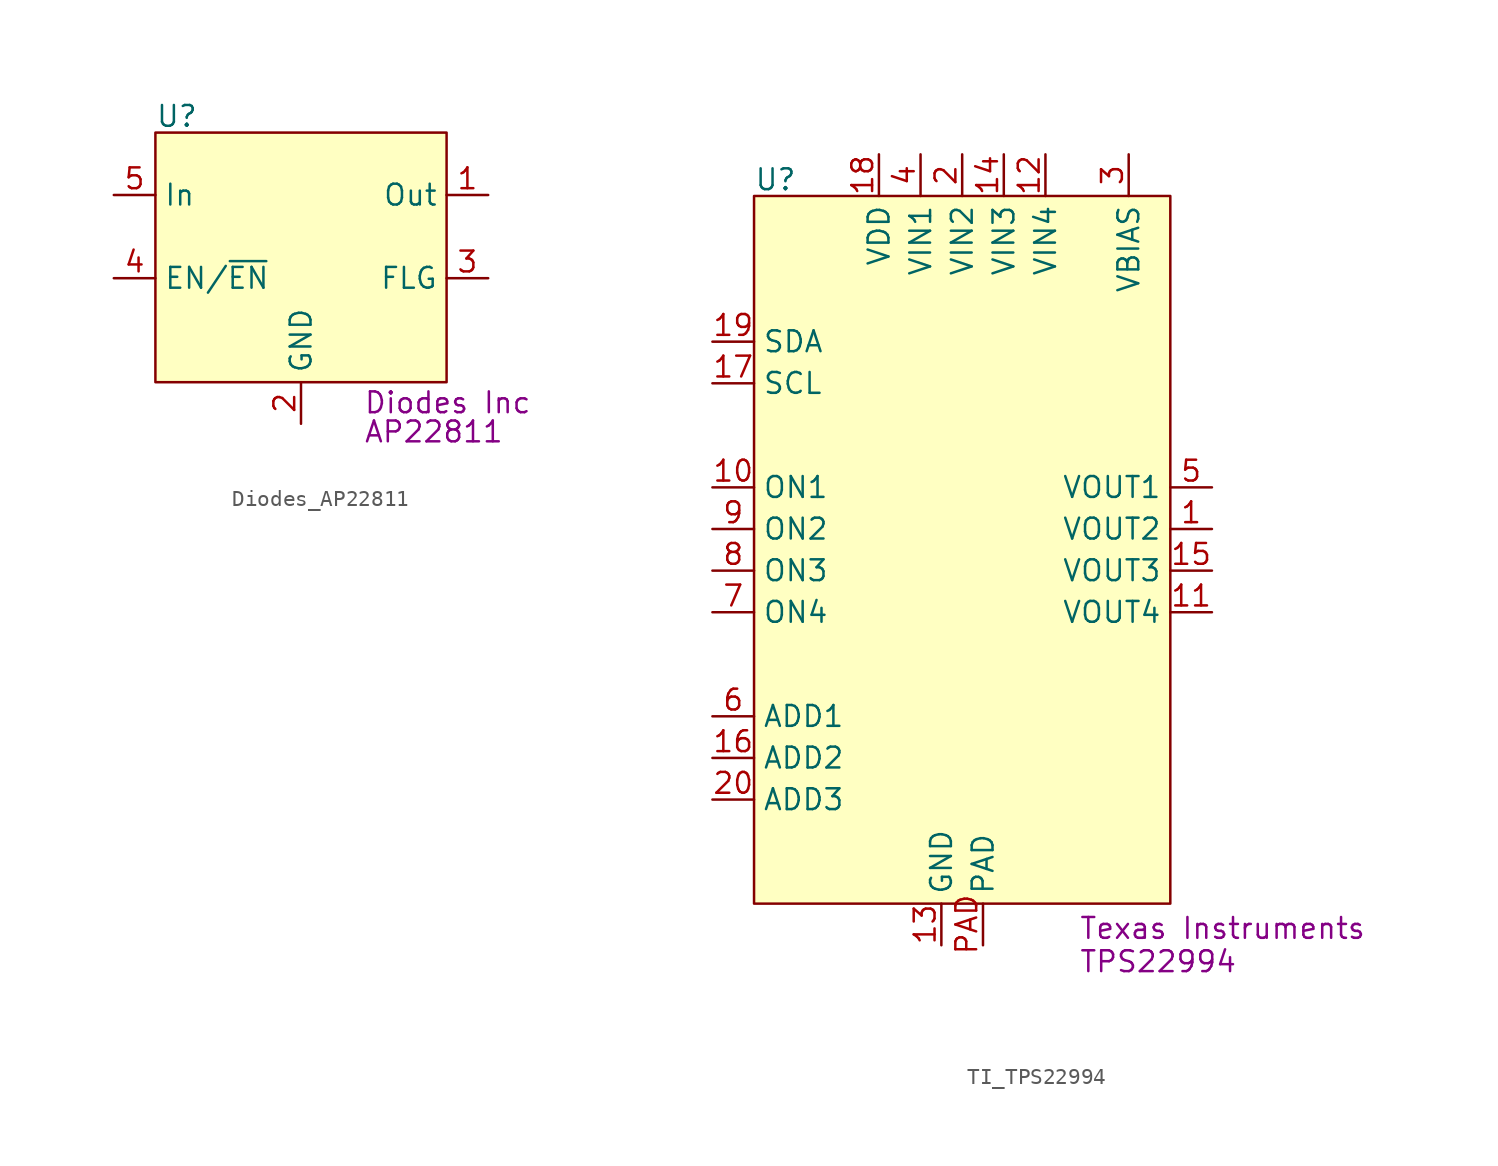
<source format=kicad_sym>
(kicad_symbol_lib
  (version 20241209)
  (generator "kicad_symbol_editor")
  (generator_version "9.0")
  (symbol "Diodes_AP22811"
    (property "Reference" "U"
      (at -8.89 7.874 0)
      (effects (font (size 1.27 1.27)) (justify left bottom)))
    (property "Manufacturer" "Diodes Inc"
      (at 3.81 -8.128 0)
      (effects (font (size 1.27 1.27)) (justify left top)))
    (property "MPN" "AP22811"
      (at 3.81 -9.906 0)
      (effects (font (size 1.27 1.27)) (justify left top)))
    (symbol "Diodes_AP22811_0_0"
      (pin power_out line (at -11.43 3.81 0) (length 2.54) (name "In" (effects (font (size 1.27 1.27)))) (number "5" (effects (font (size 1.27 1.27)))))
      (pin input line (at -11.43 -1.27 0) (length 2.54) (name "EN/~{EN}" (effects (font (size 1.27 1.27)))) (number "4" (effects (font (size 1.27 1.27)))))
      (pin power_in line (at 0 -10.16 90) (length 2.54) (name "GND" (effects (font (size 1.27 1.27)))) (number "2" (effects (font (size 1.27 1.27)))))
      (pin output line (at 11.43 -1.27 180) (length 2.54) (name "FLG" (effects (font (size 1.27 1.27)))) (number "3" (effects (font (size 1.27 1.27))))))
    (symbol "Diodes_AP22811_1_0"
      (pin power_out line (at 11.43 3.81 180) (length 2.54) (name "Out" (effects (font (size 1.27 1.27)))) (number "1" (effects (font (size 1.27 1.27))))))
    (symbol "Diodes_AP22811_1_1"
      (rectangle (start -8.89 7.62) (end 8.89 -7.62) (stroke (width 0) (type solid)) (fill (type background)))))
  (symbol "TI_TPS22994"
    (property "Reference" "U"
      (at -12.7 21.844 0)
      (effects (font (size 1.27 1.27)) (justify left bottom)))
    (property "Value" ""
      (at 0 0 0)
      (effects (font (size 1.27 1.27))))
    (property "Manfuacturer" "Texas Instruments"
      (at 7.112 -22.352 0)
      (effects (font (size 1.27 1.27)) (justify left top)))
    (property "MPN" "TPS22994"
      (at 7.112 -24.384 0)
      (effects (font (size 1.27 1.27)) (justify left top)))
    (symbol "TI_TPS22994_0_0"
      (pin bidirectional line (at -15.24 12.7 0) (length 2.54) (name "SDA" (effects (font (size 1.27 1.27)))) (number "19" (effects (font (size 1.27 1.27)))))
      (pin input line (at -15.24 10.16 0) (length 2.54) (name "SCL" (effects (font (size 1.27 1.27)))) (number "17" (effects (font (size 1.27 1.27)))))
      (pin input line (at -15.24 3.81 0) (length 2.54) (name "ON1" (effects (font (size 1.27 1.27)))) (number "10" (effects (font (size 1.27 1.27)))))
      (pin input line (at -15.24 1.27 0) (length 2.54) (name "ON2" (effects (font (size 1.27 1.27)))) (number "9" (effects (font (size 1.27 1.27)))))
      (pin input line (at -15.24 -1.27 0) (length 2.54) (name "ON3" (effects (font (size 1.27 1.27)))) (number "8" (effects (font (size 1.27 1.27)))))
      (pin input line (at -15.24 -3.81 0) (length 2.54) (name "ON4" (effects (font (size 1.27 1.27)))) (number "7" (effects (font (size 1.27 1.27)))))
      (pin input line (at -15.24 -10.16 0) (length 2.54) (name "ADD1" (effects (font (size 1.27 1.27)))) (number "6" (effects (font (size 1.27 1.27)))))
      (pin input line (at -15.24 -12.7 0) (length 2.54) (name "ADD2" (effects (font (size 1.27 1.27)))) (number "16" (effects (font (size 1.27 1.27)))))
      (pin input line (at -15.24 -15.24 0) (length 2.54) (name "ADD3" (effects (font (size 1.27 1.27)))) (number "20" (effects (font (size 1.27 1.27)))))
      (pin power_in line (at -5.08 24.13 270) (length 2.54) (name "VDD" (effects (font (size 1.27 1.27)))) (number "18" (effects (font (size 1.27 1.27)))))
      (pin power_in line (at -2.54 24.13 270) (length 2.54) (name "VIN1" (effects (font (size 1.27 1.27)))) (number "4" (effects (font (size 1.27 1.27)))))
      (pin power_in line (at -1.27 -24.13 90) (length 2.54) (name "GND" (effects (font (size 1.27 1.27)))) (number "13" (effects (font (size 1.27 1.27)))))
      (pin power_in line (at 0 24.13 270) (length 2.54) (name "VIN2" (effects (font (size 1.27 1.27)))) (number "2" (effects (font (size 1.27 1.27)))))
      (pin power_in line (at 1.27 -24.13 90) (length 2.54) (name "PAD" (effects (font (size 1.27 1.27)))) (number "PAD" (effects (font (size 1.27 1.27)))))
      (pin power_in line (at 2.54 24.13 270) (length 2.54) (name "VIN3" (effects (font (size 1.27 1.27)))) (number "14" (effects (font (size 1.27 1.27)))))
      (pin power_in line (at 5.08 24.13 270) (length 2.54) (name "VIN4" (effects (font (size 1.27 1.27)))) (number "12" (effects (font (size 1.27 1.27)))))
      (pin power_in line (at 10.16 24.13 270) (length 2.54) (name "VBIAS" (effects (font (size 1.27 1.27)))) (number "3" (effects (font (size 1.27 1.27)))))
      (pin power_out line (at 15.24 3.81 180) (length 2.54) (name "VOUT1" (effects (font (size 1.27 1.27)))) (number "5" (effects (font (size 1.27 1.27)))))
      (pin power_out line (at 15.24 1.27 180) (length 2.54) (name "VOUT2" (effects (font (size 1.27 1.27)))) (number "1" (effects (font (size 1.27 1.27)))))
      (pin power_out line (at 15.24 -1.27 180) (length 2.54) (name "VOUT3" (effects (font (size 1.27 1.27)))) (number "15" (effects (font (size 1.27 1.27)))))
      (pin power_out line (at 15.24 -3.81 180) (length 2.54) (name "VOUT4" (effects (font (size 1.27 1.27)))) (number "11" (effects (font (size 1.27 1.27))))))
    (symbol "TI_TPS22994_0_1"
      (rectangle (start -12.7 21.59) (end 12.7 -21.59) (stroke (width 0) (type default)) (fill (type background))))))
</source>
